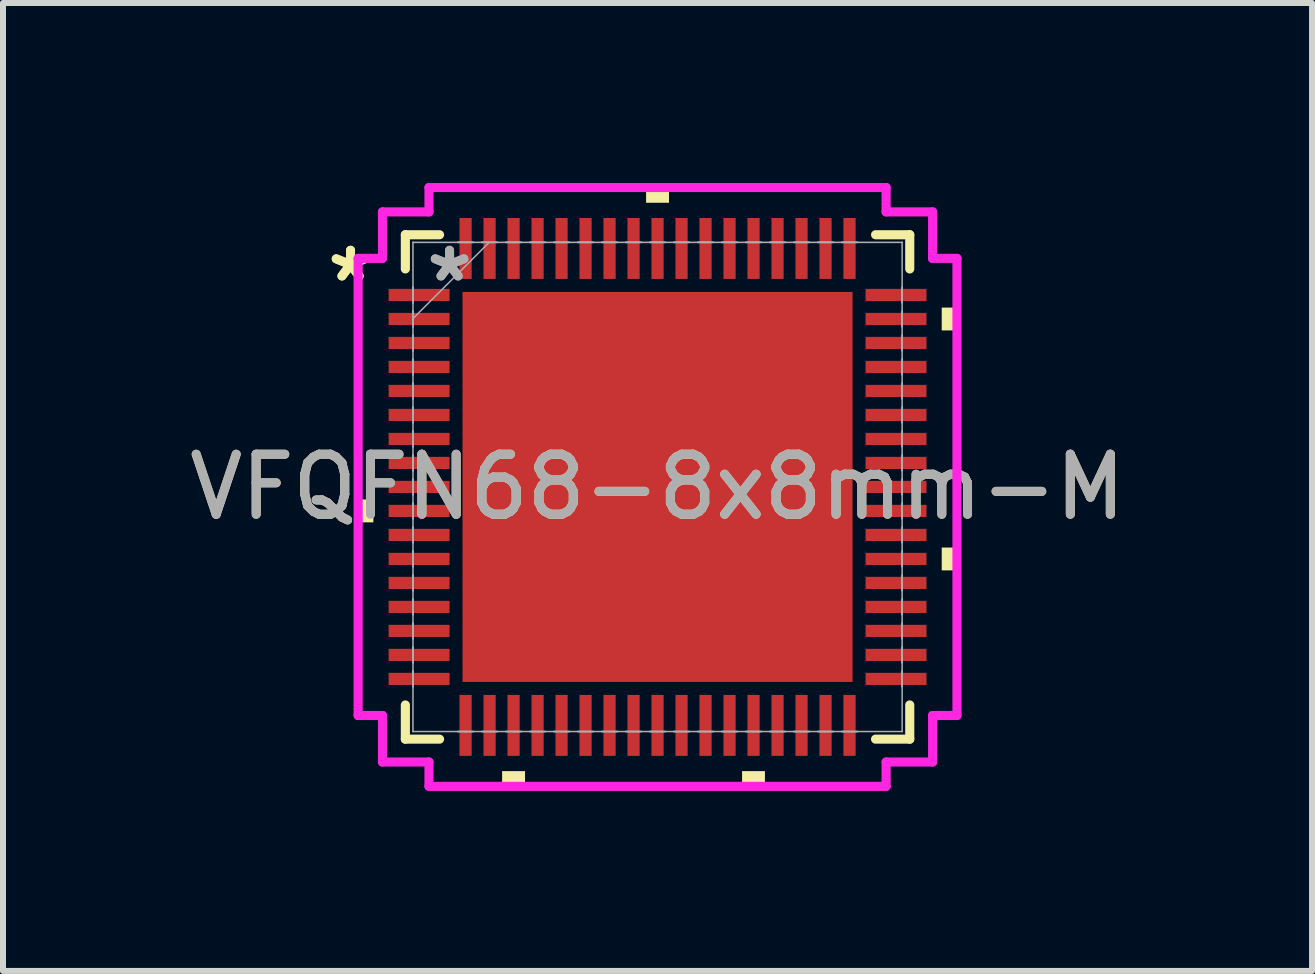
<source format=kicad_pcb>
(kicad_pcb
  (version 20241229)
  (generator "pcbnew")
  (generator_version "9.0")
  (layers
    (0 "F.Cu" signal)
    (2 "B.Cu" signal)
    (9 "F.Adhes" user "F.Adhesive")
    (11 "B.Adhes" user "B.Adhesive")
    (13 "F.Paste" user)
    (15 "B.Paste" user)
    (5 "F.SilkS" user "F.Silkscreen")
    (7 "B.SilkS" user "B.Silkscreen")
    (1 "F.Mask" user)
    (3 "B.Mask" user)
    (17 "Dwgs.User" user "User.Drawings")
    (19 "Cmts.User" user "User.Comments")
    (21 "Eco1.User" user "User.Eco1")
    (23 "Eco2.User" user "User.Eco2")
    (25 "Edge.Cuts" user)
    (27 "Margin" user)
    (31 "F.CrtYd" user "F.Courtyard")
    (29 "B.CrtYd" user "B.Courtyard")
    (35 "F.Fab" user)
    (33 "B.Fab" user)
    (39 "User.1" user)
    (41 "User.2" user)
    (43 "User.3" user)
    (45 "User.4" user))
  (footprint "VFQFN68-8x8mm-M"
    (layer "F.Cu")
    (at 7.911 5.067)
    (property "Reference" "VFQFN68-8x8mm-M" (at 0 0 0) (unlocked yes) (layer "F.SilkS") (effects (font (size 1 1) (thickness 0.15))))
    (attr smd)
    (fp_line (start -4.204 -4.204) (end -4.204 -3.634) (stroke (width 0.152) (type solid)) (layer "F.SilkS"))
    (fp_line (start -4.204 3.634) (end -4.204 4.204) (stroke (width 0.152) (type solid)) (layer "F.SilkS"))
    (fp_line (start -4.204 4.204) (end -3.634 4.204) (stroke (width 0.152) (type solid)) (layer "F.SilkS"))
    (fp_line (start -3.634 -4.204) (end -4.204 -4.204) (stroke (width 0.152) (type solid)) (layer "F.SilkS"))
    (fp_line (start 3.634 4.204) (end 4.204 4.204) (stroke (width 0.152) (type solid)) (layer "F.SilkS"))
    (fp_line (start 4.204 -4.204) (end 3.634 -4.204) (stroke (width 0.152) (type solid)) (layer "F.SilkS"))
    (fp_line (start 4.204 -3.634) (end 4.204 -4.204) (stroke (width 0.152) (type solid)) (layer "F.SilkS"))
    (fp_line (start 4.204 4.204) (end 4.204 3.634) (stroke (width 0.152) (type solid)) (layer "F.SilkS"))
    (fp_poly (pts (xy -4.991 0.209) (xy -4.991 0.59) (xy -4.737 0.59) (xy -4.737 0.209)) (stroke (width 0) (type solid)) (fill yes) (layer "F.SilkS"))
    (fp_poly (pts (xy -2.591 4.737) (xy -2.591 4.991) (xy -2.209 4.991) (xy -2.209 4.737)) (stroke (width 0) (type solid)) (fill yes) (layer "F.SilkS"))
    (fp_poly (pts (xy -0.191 -4.737) (xy -0.191 -4.991) (xy 0.191 -4.991) (xy 0.191 -4.737)) (stroke (width 0) (type solid)) (fill yes) (layer "F.SilkS"))
    (fp_poly (pts (xy 1.409 4.737) (xy 1.409 4.991) (xy 1.79 4.991) (xy 1.79 4.737)) (stroke (width 0) (type solid)) (fill yes) (layer "F.SilkS"))
    (fp_poly (pts (xy 4.991 -2.99) (xy 4.991 -2.609) (xy 4.737 -2.609) (xy 4.737 -2.99)) (stroke (width 0) (type solid)) (fill yes) (layer "F.SilkS"))
    (fp_poly (pts (xy 4.991 1.01) (xy 4.991 1.391) (xy 4.737 1.391) (xy 4.737 1.01)) (stroke (width 0) (type solid)) (fill yes) (layer "F.SilkS"))
    (fp_poly (pts (xy -3.151 -3.151) (xy -3.151 -2.051) (xy -2.051 -2.051) (xy -2.051 -3.151)) (stroke (width 0) (type solid)) (fill yes) (layer "F.Paste"))
    (fp_poly (pts (xy -3.151 -1.851) (xy -3.151 -0.75) (xy -2.051 -0.75) (xy -2.051 -1.851)) (stroke (width 0) (type solid)) (fill yes) (layer "F.Paste"))
    (fp_poly (pts (xy -3.151 -0.55) (xy -3.151 0.55) (xy -2.051 0.55) (xy -2.051 -0.55)) (stroke (width 0) (type solid)) (fill yes) (layer "F.Paste"))
    (fp_poly (pts (xy -3.151 0.75) (xy -3.151 1.851) (xy -2.051 1.851) (xy -2.051 0.75)) (stroke (width 0) (type solid)) (fill yes) (layer "F.Paste"))
    (fp_poly (pts (xy -3.151 2.051) (xy -3.151 3.151) (xy -2.051 3.151) (xy -2.051 2.051)) (stroke (width 0) (type solid)) (fill yes) (layer "F.Paste"))
    (fp_poly (pts (xy -1.851 -3.151) (xy -1.851 -2.051) (xy -0.75 -2.051) (xy -0.75 -3.151)) (stroke (width 0) (type solid)) (fill yes) (layer "F.Paste"))
    (fp_poly (pts (xy -1.851 -1.851) (xy -1.851 -0.75) (xy -0.75 -0.75) (xy -0.75 -1.851)) (stroke (width 0) (type solid)) (fill yes) (layer "F.Paste"))
    (fp_poly (pts (xy -1.851 -0.55) (xy -1.851 0.55) (xy -0.75 0.55) (xy -0.75 -0.55)) (stroke (width 0) (type solid)) (fill yes) (layer "F.Paste"))
    (fp_poly (pts (xy -1.851 0.75) (xy -1.851 1.851) (xy -0.75 1.851) (xy -0.75 0.75)) (stroke (width 0) (type solid)) (fill yes) (layer "F.Paste"))
    (fp_poly (pts (xy -1.851 2.051) (xy -1.851 3.151) (xy -0.75 3.151) (xy -0.75 2.051)) (stroke (width 0) (type solid)) (fill yes) (layer "F.Paste"))
    (fp_poly (pts (xy -0.55 -3.151) (xy -0.55 -2.051) (xy 0.55 -2.051) (xy 0.55 -3.151)) (stroke (width 0) (type solid)) (fill yes) (layer "F.Paste"))
    (fp_poly (pts (xy -0.55 -1.851) (xy -0.55 -0.75) (xy 0.55 -0.75) (xy 0.55 -1.851)) (stroke (width 0) (type solid)) (fill yes) (layer "F.Paste"))
    (fp_poly (pts (xy -0.55 -0.55) (xy -0.55 0.55) (xy 0.55 0.55) (xy 0.55 -0.55)) (stroke (width 0) (type solid)) (fill yes) (layer "F.Paste"))
    (fp_poly (pts (xy -0.55 0.75) (xy -0.55 1.851) (xy 0.55 1.851) (xy 0.55 0.75)) (stroke (width 0) (type solid)) (fill yes) (layer "F.Paste"))
    (fp_poly (pts (xy -0.55 2.051) (xy -0.55 3.151) (xy 0.55 3.151) (xy 0.55 2.051)) (stroke (width 0) (type solid)) (fill yes) (layer "F.Paste"))
    (fp_poly (pts (xy 0.75 -3.151) (xy 0.75 -2.051) (xy 1.851 -2.051) (xy 1.851 -3.151)) (stroke (width 0) (type solid)) (fill yes) (layer "F.Paste"))
    (fp_poly (pts (xy 0.75 -1.851) (xy 0.75 -0.75) (xy 1.851 -0.75) (xy 1.851 -1.851)) (stroke (width 0) (type solid)) (fill yes) (layer "F.Paste"))
    (fp_poly (pts (xy 0.75 -0.55) (xy 0.75 0.55) (xy 1.851 0.55) (xy 1.851 -0.55)) (stroke (width 0) (type solid)) (fill yes) (layer "F.Paste"))
    (fp_poly (pts (xy 0.75 0.75) (xy 0.75 1.851) (xy 1.851 1.851) (xy 1.851 0.75)) (stroke (width 0) (type solid)) (fill yes) (layer "F.Paste"))
    (fp_poly (pts (xy 0.75 2.051) (xy 0.75 3.151) (xy 1.851 3.151) (xy 1.851 2.051)) (stroke (width 0) (type solid)) (fill yes) (layer "F.Paste"))
    (fp_poly (pts (xy 2.051 -3.151) (xy 2.051 -2.051) (xy 3.151 -2.051) (xy 3.151 -3.151)) (stroke (width 0) (type solid)) (fill yes) (layer "F.Paste"))
    (fp_poly (pts (xy 2.051 -1.851) (xy 2.051 -0.75) (xy 3.151 -0.75) (xy 3.151 -1.851)) (stroke (width 0) (type solid)) (fill yes) (layer "F.Paste"))
    (fp_poly (pts (xy 2.051 -0.55) (xy 2.051 0.55) (xy 3.151 0.55) (xy 3.151 -0.55)) (stroke (width 0) (type solid)) (fill yes) (layer "F.Paste"))
    (fp_poly (pts (xy 2.051 0.75) (xy 2.051 1.851) (xy 3.151 1.851) (xy 3.151 0.75)) (stroke (width 0) (type solid)) (fill yes) (layer "F.Paste"))
    (fp_poly (pts (xy 2.051 2.051) (xy 2.051 3.151) (xy 3.151 3.151) (xy 3.151 2.051)) (stroke (width 0) (type solid)) (fill yes) (layer "F.Paste"))
    (fp_line (start -4.991 -3.81) (end -4.585 -3.81) (stroke (width 0.152) (type solid)) (layer "F.CrtYd"))
    (fp_line (start -4.991 3.81) (end -4.991 -3.81) (stroke (width 0.152) (type solid)) (layer "F.CrtYd"))
    (fp_line (start -4.585 -4.585) (end -3.81 -4.585) (stroke (width 0.152) (type solid)) (layer "F.CrtYd"))
    (fp_line (start -4.585 -3.81) (end -4.585 -4.585) (stroke (width 0.152) (type solid)) (layer "F.CrtYd"))
    (fp_line (start -4.585 3.81) (end -4.991 3.81) (stroke (width 0.152) (type solid)) (layer "F.CrtYd"))
    (fp_line (start -4.585 4.585) (end -4.585 3.81) (stroke (width 0.152) (type solid)) (layer "F.CrtYd"))
    (fp_line (start -3.81 -4.991) (end 3.81 -4.991) (stroke (width 0.152) (type solid)) (layer "F.CrtYd"))
    (fp_line (start -3.81 -4.585) (end -3.81 -4.991) (stroke (width 0.152) (type solid)) (layer "F.CrtYd"))
    (fp_line (start -3.81 4.585) (end -4.585 4.585) (stroke (width 0.152) (type solid)) (layer "F.CrtYd"))
    (fp_line (start -3.81 4.991) (end -3.81 4.585) (stroke (width 0.152) (type solid)) (layer "F.CrtYd"))
    (fp_line (start 3.81 -4.991) (end 3.81 -4.585) (stroke (width 0.152) (type solid)) (layer "F.CrtYd"))
    (fp_line (start 3.81 -4.585) (end 4.585 -4.585) (stroke (width 0.152) (type solid)) (layer "F.CrtYd"))
    (fp_line (start 3.81 4.585) (end 3.81 4.991) (stroke (width 0.152) (type solid)) (layer "F.CrtYd"))
    (fp_line (start 3.81 4.991) (end -3.81 4.991) (stroke (width 0.152) (type solid)) (layer "F.CrtYd"))
    (fp_line (start 4.585 -4.585) (end 4.585 -3.81) (stroke (width 0.152) (type solid)) (layer "F.CrtYd"))
    (fp_line (start 4.585 -3.81) (end 4.991 -3.81) (stroke (width 0.152) (type solid)) (layer "F.CrtYd"))
    (fp_line (start 4.585 3.81) (end 4.585 4.585) (stroke (width 0.152) (type solid)) (layer "F.CrtYd"))
    (fp_line (start 4.585 4.585) (end 3.81 4.585) (stroke (width 0.152) (type solid)) (layer "F.CrtYd"))
    (fp_line (start 4.991 -3.81) (end 4.991 3.81) (stroke (width 0.152) (type solid)) (layer "F.CrtYd"))
    (fp_line (start 4.991 3.81) (end 4.585 3.81) (stroke (width 0.152) (type solid)) (layer "F.CrtYd"))
    (fp_line (start -4.077 -4.077) (end -4.077 -4.077) (stroke (width 0.025) (type solid)) (layer "F.Fab"))
    (fp_line (start -4.077 -4.077) (end -4.077 4.077) (stroke (width 0.025) (type solid)) (layer "F.Fab"))
    (fp_line (start -4.077 -3.327) (end -4.077 -3.327) (stroke (width 0.025) (type solid)) (layer "F.Fab"))
    (fp_line (start -4.077 -3.327) (end -4.077 -3.073) (stroke (width 0.025) (type solid)) (layer "F.Fab"))
    (fp_line (start -4.077 -3.073) (end -4.077 -3.327) (stroke (width 0.025) (type solid)) (layer "F.Fab"))
    (fp_line (start -4.077 -3.073) (end -4.077 -3.073) (stroke (width 0.025) (type solid)) (layer "F.Fab"))
    (fp_line (start -4.077 -2.927) (end -4.077 -2.927) (stroke (width 0.025) (type solid)) (layer "F.Fab"))
    (fp_line (start -4.077 -2.927) (end -4.077 -2.673) (stroke (width 0.025) (type solid)) (layer "F.Fab"))
    (fp_line (start -4.077 -2.807) (end -2.807 -4.077) (stroke (width 0.025) (type solid)) (layer "F.Fab"))
    (fp_line (start -4.077 -2.673) (end -4.077 -2.927) (stroke (width 0.025) (type solid)) (layer "F.Fab"))
    (fp_line (start -4.077 -2.673) (end -4.077 -2.673) (stroke (width 0.025) (type solid)) (layer "F.Fab"))
    (fp_line (start -4.077 -2.527) (end -4.077 -2.527) (stroke (width 0.025) (type solid)) (layer "F.Fab"))
    (fp_line (start -4.077 -2.527) (end -4.077 -2.273) (stroke (width 0.025) (type solid)) (layer "F.Fab"))
    (fp_line (start -4.077 -2.273) (end -4.077 -2.527) (stroke (width 0.025) (type solid)) (layer "F.Fab"))
    (fp_line (start -4.077 -2.273) (end -4.077 -2.273) (stroke (width 0.025) (type solid)) (layer "F.Fab"))
    (fp_line (start -4.077 -2.127) (end -4.077 -2.127) (stroke (width 0.025) (type solid)) (layer "F.Fab"))
    (fp_line (start -4.077 -2.127) (end -4.077 -1.873) (stroke (width 0.025) (type solid)) (layer "F.Fab"))
    (fp_line (start -4.077 -1.873) (end -4.077 -2.127) (stroke (width 0.025) (type solid)) (layer "F.Fab"))
    (fp_line (start -4.077 -1.873) (end -4.077 -1.873) (stroke (width 0.025) (type solid)) (layer "F.Fab"))
    (fp_line (start -4.077 -1.727) (end -4.077 -1.727) (stroke (width 0.025) (type solid)) (layer "F.Fab"))
    (fp_line (start -4.077 -1.727) (end -4.077 -1.473) (stroke (width 0.025) (type solid)) (layer "F.Fab"))
    (fp_line (start -4.077 -1.473) (end -4.077 -1.727) (stroke (width 0.025) (type solid)) (layer "F.Fab"))
    (fp_line (start -4.077 -1.473) (end -4.077 -1.473) (stroke (width 0.025) (type solid)) (layer "F.Fab"))
    (fp_line (start -4.077 -1.327) (end -4.077 -1.327) (stroke (width 0.025) (type solid)) (layer "F.Fab"))
    (fp_line (start -4.077 -1.327) (end -4.077 -1.073) (stroke (width 0.025) (type solid)) (layer "F.Fab"))
    (fp_line (start -4.077 -1.073) (end -4.077 -1.327) (stroke (width 0.025) (type solid)) (layer "F.Fab"))
    (fp_line (start -4.077 -1.073) (end -4.077 -1.073) (stroke (width 0.025) (type solid)) (layer "F.Fab"))
    (fp_line (start -4.077 -0.927) (end -4.077 -0.927) (stroke (width 0.025) (type solid)) (layer "F.Fab"))
    (fp_line (start -4.077 -0.927) (end -4.077 -0.673) (stroke (width 0.025) (type solid)) (layer "F.Fab"))
    (fp_line (start -4.077 -0.673) (end -4.077 -0.927) (stroke (width 0.025) (type solid)) (layer "F.Fab"))
    (fp_line (start -4.077 -0.673) (end -4.077 -0.673) (stroke (width 0.025) (type solid)) (layer "F.Fab"))
    (fp_line (start -4.077 -0.527) (end -4.077 -0.527) (stroke (width 0.025) (type solid)) (layer "F.Fab"))
    (fp_line (start -4.077 -0.527) (end -4.077 -0.273) (stroke (width 0.025) (type solid)) (layer "F.Fab"))
    (fp_line (start -4.077 -0.273) (end -4.077 -0.527) (stroke (width 0.025) (type solid)) (layer "F.Fab"))
    (fp_line (start -4.077 -0.273) (end -4.077 -0.273) (stroke (width 0.025) (type solid)) (layer "F.Fab"))
    (fp_line (start -4.077 -0.127) (end -4.077 -0.127) (stroke (width 0.025) (type solid)) (layer "F.Fab"))
    (fp_line (start -4.077 -0.127) (end -4.077 0.127) (stroke (width 0.025) (type solid)) (layer "F.Fab"))
    (fp_line (start -4.077 0.127) (end -4.077 -0.127) (stroke (width 0.025) (type solid)) (layer "F.Fab"))
    (fp_line (start -4.077 0.127) (end -4.077 0.127) (stroke (width 0.025) (type solid)) (layer "F.Fab"))
    (fp_line (start -4.077 0.273) (end -4.077 0.273) (stroke (width 0.025) (type solid)) (layer "F.Fab"))
    (fp_line (start -4.077 0.273) (end -4.077 0.527) (stroke (width 0.025) (type solid)) (layer "F.Fab"))
    (fp_line (start -4.077 0.527) (end -4.077 0.273) (stroke (width 0.025) (type solid)) (layer "F.Fab"))
    (fp_line (start -4.077 0.527) (end -4.077 0.527) (stroke (width 0.025) (type solid)) (layer "F.Fab"))
    (fp_line (start -4.077 0.673) (end -4.077 0.673) (stroke (width 0.025) (type solid)) (layer "F.Fab"))
    (fp_line (start -4.077 0.673) (end -4.077 0.927) (stroke (width 0.025) (type solid)) (layer "F.Fab"))
    (fp_line (start -4.077 0.927) (end -4.077 0.673) (stroke (width 0.025) (type solid)) (layer "F.Fab"))
    (fp_line (start -4.077 0.927) (end -4.077 0.927) (stroke (width 0.025) (type solid)) (layer "F.Fab"))
    (fp_line (start -4.077 1.073) (end -4.077 1.073) (stroke (width 0.025) (type solid)) (layer "F.Fab"))
    (fp_line (start -4.077 1.073) (end -4.077 1.327) (stroke (width 0.025) (type solid)) (layer "F.Fab"))
    (fp_line (start -4.077 1.327) (end -4.077 1.073) (stroke (width 0.025) (type solid)) (layer "F.Fab"))
    (fp_line (start -4.077 1.327) (end -4.077 1.327) (stroke (width 0.025) (type solid)) (layer "F.Fab"))
    (fp_line (start -4.077 1.473) (end -4.077 1.473) (stroke (width 0.025) (type solid)) (layer "F.Fab"))
    (fp_line (start -4.077 1.473) (end -4.077 1.727) (stroke (width 0.025) (type solid)) (layer "F.Fab"))
    (fp_line (start -4.077 1.727) (end -4.077 1.473) (stroke (width 0.025) (type solid)) (layer "F.Fab"))
    (fp_line (start -4.077 1.727) (end -4.077 1.727) (stroke (width 0.025) (type solid)) (layer "F.Fab"))
    (fp_line (start -4.077 1.873) (end -4.077 1.873) (stroke (width 0.025) (type solid)) (layer "F.Fab"))
    (fp_line (start -4.077 1.873) (end -4.077 2.127) (stroke (width 0.025) (type solid)) (layer "F.Fab"))
    (fp_line (start -4.077 2.127) (end -4.077 1.873) (stroke (width 0.025) (type solid)) (layer "F.Fab"))
    (fp_line (start -4.077 2.127) (end -4.077 2.127) (stroke (width 0.025) (type solid)) (layer "F.Fab"))
    (fp_line (start -4.077 2.273) (end -4.077 2.273) (stroke (width 0.025) (type solid)) (layer "F.Fab"))
    (fp_line (start -4.077 2.273) (end -4.077 2.527) (stroke (width 0.025) (type solid)) (layer "F.Fab"))
    (fp_line (start -4.077 2.527) (end -4.077 2.273) (stroke (width 0.025) (type solid)) (layer "F.Fab"))
    (fp_line (start -4.077 2.527) (end -4.077 2.527) (stroke (width 0.025) (type solid)) (layer "F.Fab"))
    (fp_line (start -4.077 2.673) (end -4.077 2.673) (stroke (width 0.025) (type solid)) (layer "F.Fab"))
    (fp_line (start -4.077 2.673) (end -4.077 2.927) (stroke (width 0.025) (type solid)) (layer "F.Fab"))
    (fp_line (start -4.077 2.927) (end -4.077 2.673) (stroke (width 0.025) (type solid)) (layer "F.Fab"))
    (fp_line (start -4.077 2.927) (end -4.077 2.927) (stroke (width 0.025) (type solid)) (layer "F.Fab"))
    (fp_line (start -4.077 3.073) (end -4.077 3.073) (stroke (width 0.025) (type solid)) (layer "F.Fab"))
    (fp_line (start -4.077 3.073) (end -4.077 3.327) (stroke (width 0.025) (type solid)) (layer "F.Fab"))
    (fp_line (start -4.077 3.327) (end -4.077 3.073) (stroke (width 0.025) (type solid)) (layer "F.Fab"))
    (fp_line (start -4.077 3.327) (end -4.077 3.327) (stroke (width 0.025) (type solid)) (layer "F.Fab"))
    (fp_line (start -4.077 4.077) (end -4.077 4.077) (stroke (width 0.025) (type solid)) (layer "F.Fab"))
    (fp_line (start -4.077 4.077) (end 4.077 4.077) (stroke (width 0.025) (type solid)) (layer "F.Fab"))
    (fp_line (start -3.327 -4.077) (end -3.327 -4.077) (stroke (width 0.025) (type solid)) (layer "F.Fab"))
    (fp_line (start -3.327 -4.077) (end -3.073 -4.077) (stroke (width 0.025) (type solid)) (layer "F.Fab"))
    (fp_line (start -3.327 4.077) (end -3.327 4.077) (stroke (width 0.025) (type solid)) (layer "F.Fab"))
    (fp_line (start -3.327 4.077) (end -3.073 4.077) (stroke (width 0.025) (type solid)) (layer "F.Fab"))
    (fp_line (start -3.073 -4.077) (end -3.327 -4.077) (stroke (width 0.025) (type solid)) (layer "F.Fab"))
    (fp_line (start -3.073 -4.077) (end -3.073 -4.077) (stroke (width 0.025) (type solid)) (layer "F.Fab"))
    (fp_line (start -3.073 4.077) (end -3.327 4.077) (stroke (width 0.025) (type solid)) (layer "F.Fab"))
    (fp_line (start -3.073 4.077) (end -3.073 4.077) (stroke (width 0.025) (type solid)) (layer "F.Fab"))
    (fp_line (start -2.927 -4.077) (end -2.927 -4.077) (stroke (width 0.025) (type solid)) (layer "F.Fab"))
    (fp_line (start -2.927 -4.077) (end -2.673 -4.077) (stroke (width 0.025) (type solid)) (layer "F.Fab"))
    (fp_line (start -2.927 4.077) (end -2.927 4.077) (stroke (width 0.025) (type solid)) (layer "F.Fab"))
    (fp_line (start -2.927 4.077) (end -2.673 4.077) (stroke (width 0.025) (type solid)) (layer "F.Fab"))
    (fp_line (start -2.673 -4.077) (end -2.927 -4.077) (stroke (width 0.025) (type solid)) (layer "F.Fab"))
    (fp_line (start -2.673 -4.077) (end -2.673 -4.077) (stroke (width 0.025) (type solid)) (layer "F.Fab"))
    (fp_line (start -2.673 4.077) (end -2.927 4.077) (stroke (width 0.025) (type solid)) (layer "F.Fab"))
    (fp_line (start -2.673 4.077) (end -2.673 4.077) (stroke (width 0.025) (type solid)) (layer "F.Fab"))
    (fp_line (start -2.527 -4.077) (end -2.527 -4.077) (stroke (width 0.025) (type solid)) (layer "F.Fab"))
    (fp_line (start -2.527 -4.077) (end -2.273 -4.077) (stroke (width 0.025) (type solid)) (layer "F.Fab"))
    (fp_line (start -2.527 4.077) (end -2.527 4.077) (stroke (width 0.025) (type solid)) (layer "F.Fab"))
    (fp_line (start -2.527 4.077) (end -2.273 4.077) (stroke (width 0.025) (type solid)) (layer "F.Fab"))
    (fp_line (start -2.273 -4.077) (end -2.527 -4.077) (stroke (width 0.025) (type solid)) (layer "F.Fab"))
    (fp_line (start -2.273 -4.077) (end -2.273 -4.077) (stroke (width 0.025) (type solid)) (layer "F.Fab"))
    (fp_line (start -2.273 4.077) (end -2.527 4.077) (stroke (width 0.025) (type solid)) (layer "F.Fab"))
    (fp_line (start -2.273 4.077) (end -2.273 4.077) (stroke (width 0.025) (type solid)) (layer "F.Fab"))
    (fp_line (start -2.127 -4.077) (end -2.127 -4.077) (stroke (width 0.025) (type solid)) (layer "F.Fab"))
    (fp_line (start -2.127 -4.077) (end -1.873 -4.077) (stroke (width 0.025) (type solid)) (layer "F.Fab"))
    (fp_line (start -2.127 4.077) (end -2.127 4.077) (stroke (width 0.025) (type solid)) (layer "F.Fab"))
    (fp_line (start -2.127 4.077) (end -1.873 4.077) (stroke (width 0.025) (type solid)) (layer "F.Fab"))
    (fp_line (start -1.873 -4.077) (end -2.127 -4.077) (stroke (width 0.025) (type solid)) (layer "F.Fab"))
    (fp_line (start -1.873 -4.077) (end -1.873 -4.077) (stroke (width 0.025) (type solid)) (layer "F.Fab"))
    (fp_line (start -1.873 4.077) (end -2.127 4.077) (stroke (width 0.025) (type solid)) (layer "F.Fab"))
    (fp_line (start -1.873 4.077) (end -1.873 4.077) (stroke (width 0.025) (type solid)) (layer "F.Fab"))
    (fp_line (start -1.727 -4.077) (end -1.727 -4.077) (stroke (width 0.025) (type solid)) (layer "F.Fab"))
    (fp_line (start -1.727 -4.077) (end -1.473 -4.077) (stroke (width 0.025) (type solid)) (layer "F.Fab"))
    (fp_line (start -1.727 4.077) (end -1.727 4.077) (stroke (width 0.025) (type solid)) (layer "F.Fab"))
    (fp_line (start -1.727 4.077) (end -1.473 4.077) (stroke (width 0.025) (type solid)) (layer "F.Fab"))
    (fp_line (start -1.473 -4.077) (end -1.727 -4.077) (stroke (width 0.025) (type solid)) (layer "F.Fab"))
    (fp_line (start -1.473 -4.077) (end -1.473 -4.077) (stroke (width 0.025) (type solid)) (layer "F.Fab"))
    (fp_line (start -1.473 4.077) (end -1.727 4.077) (stroke (width 0.025) (type solid)) (layer "F.Fab"))
    (fp_line (start -1.473 4.077) (end -1.473 4.077) (stroke (width 0.025) (type solid)) (layer "F.Fab"))
    (fp_line (start -1.327 -4.077) (end -1.327 -4.077) (stroke (width 0.025) (type solid)) (layer "F.Fab"))
    (fp_line (start -1.327 -4.077) (end -1.073 -4.077) (stroke (width 0.025) (type solid)) (layer "F.Fab"))
    (fp_line (start -1.327 4.077) (end -1.327 4.077) (stroke (width 0.025) (type solid)) (layer "F.Fab"))
    (fp_line (start -1.327 4.077) (end -1.073 4.077) (stroke (width 0.025) (type solid)) (layer "F.Fab"))
    (fp_line (start -1.073 -4.077) (end -1.327 -4.077) (stroke (width 0.025) (type solid)) (layer "F.Fab"))
    (fp_line (start -1.073 -4.077) (end -1.073 -4.077) (stroke (width 0.025) (type solid)) (layer "F.Fab"))
    (fp_line (start -1.073 4.077) (end -1.327 4.077) (stroke (width 0.025) (type solid)) (layer "F.Fab"))
    (fp_line (start -1.073 4.077) (end -1.073 4.077) (stroke (width 0.025) (type solid)) (layer "F.Fab"))
    (fp_line (start -0.927 -4.077) (end -0.927 -4.077) (stroke (width 0.025) (type solid)) (layer "F.Fab"))
    (fp_line (start -0.927 -4.077) (end -0.673 -4.077) (stroke (width 0.025) (type solid)) (layer "F.Fab"))
    (fp_line (start -0.927 4.077) (end -0.927 4.077) (stroke (width 0.025) (type solid)) (layer "F.Fab"))
    (fp_line (start -0.927 4.077) (end -0.673 4.077) (stroke (width 0.025) (type solid)) (layer "F.Fab"))
    (fp_line (start -0.673 -4.077) (end -0.927 -4.077) (stroke (width 0.025) (type solid)) (layer "F.Fab"))
    (fp_line (start -0.673 -4.077) (end -0.673 -4.077) (stroke (width 0.025) (type solid)) (layer "F.Fab"))
    (fp_line (start -0.673 4.077) (end -0.927 4.077) (stroke (width 0.025) (type solid)) (layer "F.Fab"))
    (fp_line (start -0.673 4.077) (end -0.673 4.077) (stroke (width 0.025) (type solid)) (layer "F.Fab"))
    (fp_line (start -0.527 -4.077) (end -0.527 -4.077) (stroke (width 0.025) (type solid)) (layer "F.Fab"))
    (fp_line (start -0.527 -4.077) (end -0.273 -4.077) (stroke (width 0.025) (type solid)) (layer "F.Fab"))
    (fp_line (start -0.527 4.077) (end -0.527 4.077) (stroke (width 0.025) (type solid)) (layer "F.Fab"))
    (fp_line (start -0.527 4.077) (end -0.273 4.077) (stroke (width 0.025) (type solid)) (layer "F.Fab"))
    (fp_line (start -0.273 -4.077) (end -0.527 -4.077) (stroke (width 0.025) (type solid)) (layer "F.Fab"))
    (fp_line (start -0.273 -4.077) (end -0.273 -4.077) (stroke (width 0.025) (type solid)) (layer "F.Fab"))
    (fp_line (start -0.273 4.077) (end -0.527 4.077) (stroke (width 0.025) (type solid)) (layer "F.Fab"))
    (fp_line (start -0.273 4.077) (end -0.273 4.077) (stroke (width 0.025) (type solid)) (layer "F.Fab"))
    (fp_line (start -0.127 -4.077) (end -0.127 -4.077) (stroke (width 0.025) (type solid)) (layer "F.Fab"))
    (fp_line (start -0.127 -4.077) (end 0.127 -4.077) (stroke (width 0.025) (type solid)) (layer "F.Fab"))
    (fp_line (start -0.127 4.077) (end -0.127 4.077) (stroke (width 0.025) (type solid)) (layer "F.Fab"))
    (fp_line (start -0.127 4.077) (end 0.127 4.077) (stroke (width 0.025) (type solid)) (layer "F.Fab"))
    (fp_line (start 0.127 -4.077) (end -0.127 -4.077) (stroke (width 0.025) (type solid)) (layer "F.Fab"))
    (fp_line (start 0.127 -4.077) (end 0.127 -4.077) (stroke (width 0.025) (type solid)) (layer "F.Fab"))
    (fp_line (start 0.127 4.077) (end -0.127 4.077) (stroke (width 0.025) (type solid)) (layer "F.Fab"))
    (fp_line (start 0.127 4.077) (end 0.127 4.077) (stroke (width 0.025) (type solid)) (layer "F.Fab"))
    (fp_line (start 0.273 -4.077) (end 0.273 -4.077) (stroke (width 0.025) (type solid)) (layer "F.Fab"))
    (fp_line (start 0.273 -4.077) (end 0.527 -4.077) (stroke (width 0.025) (type solid)) (layer "F.Fab"))
    (fp_line (start 0.273 4.077) (end 0.273 4.077) (stroke (width 0.025) (type solid)) (layer "F.Fab"))
    (fp_line (start 0.273 4.077) (end 0.527 4.077) (stroke (width 0.025) (type solid)) (layer "F.Fab"))
    (fp_line (start 0.527 -4.077) (end 0.273 -4.077) (stroke (width 0.025) (type solid)) (layer "F.Fab"))
    (fp_line (start 0.527 -4.077) (end 0.527 -4.077) (stroke (width 0.025) (type solid)) (layer "F.Fab"))
    (fp_line (start 0.527 4.077) (end 0.273 4.077) (stroke (width 0.025) (type solid)) (layer "F.Fab"))
    (fp_line (start 0.527 4.077) (end 0.527 4.077) (stroke (width 0.025) (type solid)) (layer "F.Fab"))
    (fp_line (start 0.673 -4.077) (end 0.673 -4.077) (stroke (width 0.025) (type solid)) (layer "F.Fab"))
    (fp_line (start 0.673 -4.077) (end 0.927 -4.077) (stroke (width 0.025) (type solid)) (layer "F.Fab"))
    (fp_line (start 0.673 4.077) (end 0.673 4.077) (stroke (width 0.025) (type solid)) (layer "F.Fab"))
    (fp_line (start 0.673 4.077) (end 0.927 4.077) (stroke (width 0.025) (type solid)) (layer "F.Fab"))
    (fp_line (start 0.927 -4.077) (end 0.673 -4.077) (stroke (width 0.025) (type solid)) (layer "F.Fab"))
    (fp_line (start 0.927 -4.077) (end 0.927 -4.077) (stroke (width 0.025) (type solid)) (layer "F.Fab"))
    (fp_line (start 0.927 4.077) (end 0.673 4.077) (stroke (width 0.025) (type solid)) (layer "F.Fab"))
    (fp_line (start 0.927 4.077) (end 0.927 4.077) (stroke (width 0.025) (type solid)) (layer "F.Fab"))
    (fp_line (start 1.073 -4.077) (end 1.073 -4.077) (stroke (width 0.025) (type solid)) (layer "F.Fab"))
    (fp_line (start 1.073 -4.077) (end 1.327 -4.077) (stroke (width 0.025) (type solid)) (layer "F.Fab"))
    (fp_line (start 1.073 4.077) (end 1.073 4.077) (stroke (width 0.025) (type solid)) (layer "F.Fab"))
    (fp_line (start 1.073 4.077) (end 1.327 4.077) (stroke (width 0.025) (type solid)) (layer "F.Fab"))
    (fp_line (start 1.327 -4.077) (end 1.073 -4.077) (stroke (width 0.025) (type solid)) (layer "F.Fab"))
    (fp_line (start 1.327 -4.077) (end 1.327 -4.077) (stroke (width 0.025) (type solid)) (layer "F.Fab"))
    (fp_line (start 1.327 4.077) (end 1.073 4.077) (stroke (width 0.025) (type solid)) (layer "F.Fab"))
    (fp_line (start 1.327 4.077) (end 1.327 4.077) (stroke (width 0.025) (type solid)) (layer "F.Fab"))
    (fp_line (start 1.473 -4.077) (end 1.473 -4.077) (stroke (width 0.025) (type solid)) (layer "F.Fab"))
    (fp_line (start 1.473 -4.077) (end 1.727 -4.077) (stroke (width 0.025) (type solid)) (layer "F.Fab"))
    (fp_line (start 1.473 4.077) (end 1.473 4.077) (stroke (width 0.025) (type solid)) (layer "F.Fab"))
    (fp_line (start 1.473 4.077) (end 1.727 4.077) (stroke (width 0.025) (type solid)) (layer "F.Fab"))
    (fp_line (start 1.727 -4.077) (end 1.473 -4.077) (stroke (width 0.025) (type solid)) (layer "F.Fab"))
    (fp_line (start 1.727 -4.077) (end 1.727 -4.077) (stroke (width 0.025) (type solid)) (layer "F.Fab"))
    (fp_line (start 1.727 4.077) (end 1.473 4.077) (stroke (width 0.025) (type solid)) (layer "F.Fab"))
    (fp_line (start 1.727 4.077) (end 1.727 4.077) (stroke (width 0.025) (type solid)) (layer "F.Fab"))
    (fp_line (start 1.873 -4.077) (end 1.873 -4.077) (stroke (width 0.025) (type solid)) (layer "F.Fab"))
    (fp_line (start 1.873 -4.077) (end 2.127 -4.077) (stroke (width 0.025) (type solid)) (layer "F.Fab"))
    (fp_line (start 1.873 4.077) (end 1.873 4.077) (stroke (width 0.025) (type solid)) (layer "F.Fab"))
    (fp_line (start 1.873 4.077) (end 2.127 4.077) (stroke (width 0.025) (type solid)) (layer "F.Fab"))
    (fp_line (start 2.127 -4.077) (end 1.873 -4.077) (stroke (width 0.025) (type solid)) (layer "F.Fab"))
    (fp_line (start 2.127 -4.077) (end 2.127 -4.077) (stroke (width 0.025) (type solid)) (layer "F.Fab"))
    (fp_line (start 2.127 4.077) (end 1.873 4.077) (stroke (width 0.025) (type solid)) (layer "F.Fab"))
    (fp_line (start 2.127 4.077) (end 2.127 4.077) (stroke (width 0.025) (type solid)) (layer "F.Fab"))
    (fp_line (start 2.273 -4.077) (end 2.273 -4.077) (stroke (width 0.025) (type solid)) (layer "F.Fab"))
    (fp_line (start 2.273 -4.077) (end 2.527 -4.077) (stroke (width 0.025) (type solid)) (layer "F.Fab"))
    (fp_line (start 2.273 4.077) (end 2.273 4.077) (stroke (width 0.025) (type solid)) (layer "F.Fab"))
    (fp_line (start 2.273 4.077) (end 2.527 4.077) (stroke (width 0.025) (type solid)) (layer "F.Fab"))
    (fp_line (start 2.527 -4.077) (end 2.273 -4.077) (stroke (width 0.025) (type solid)) (layer "F.Fab"))
    (fp_line (start 2.527 -4.077) (end 2.527 -4.077) (stroke (width 0.025) (type solid)) (layer "F.Fab"))
    (fp_line (start 2.527 4.077) (end 2.273 4.077) (stroke (width 0.025) (type solid)) (layer "F.Fab"))
    (fp_line (start 2.527 4.077) (end 2.527 4.077) (stroke (width 0.025) (type solid)) (layer "F.Fab"))
    (fp_line (start 2.673 -4.077) (end 2.673 -4.077) (stroke (width 0.025) (type solid)) (layer "F.Fab"))
    (fp_line (start 2.673 -4.077) (end 2.927 -4.077) (stroke (width 0.025) (type solid)) (layer "F.Fab"))
    (fp_line (start 2.673 4.077) (end 2.673 4.077) (stroke (width 0.025) (type solid)) (layer "F.Fab"))
    (fp_line (start 2.673 4.077) (end 2.927 4.077) (stroke (width 0.025) (type solid)) (layer "F.Fab"))
    (fp_line (start 2.927 -4.077) (end 2.673 -4.077) (stroke (width 0.025) (type solid)) (layer "F.Fab"))
    (fp_line (start 2.927 -4.077) (end 2.927 -4.077) (stroke (width 0.025) (type solid)) (layer "F.Fab"))
    (fp_line (start 2.927 4.077) (end 2.673 4.077) (stroke (width 0.025) (type solid)) (layer "F.Fab"))
    (fp_line (start 2.927 4.077) (end 2.927 4.077) (stroke (width 0.025) (type solid)) (layer "F.Fab"))
    (fp_line (start 3.073 -4.077) (end 3.073 -4.077) (stroke (width 0.025) (type solid)) (layer "F.Fab"))
    (fp_line (start 3.073 -4.077) (end 3.327 -4.077) (stroke (width 0.025) (type solid)) (layer "F.Fab"))
    (fp_line (start 3.073 4.077) (end 3.073 4.077) (stroke (width 0.025) (type solid)) (layer "F.Fab"))
    (fp_line (start 3.073 4.077) (end 3.327 4.077) (stroke (width 0.025) (type solid)) (layer "F.Fab"))
    (fp_line (start 3.327 -4.077) (end 3.073 -4.077) (stroke (width 0.025) (type solid)) (layer "F.Fab"))
    (fp_line (start 3.327 -4.077) (end 3.327 -4.077) (stroke (width 0.025) (type solid)) (layer "F.Fab"))
    (fp_line (start 3.327 4.077) (end 3.073 4.077) (stroke (width 0.025) (type solid)) (layer "F.Fab"))
    (fp_line (start 3.327 4.077) (end 3.327 4.077) (stroke (width 0.025) (type solid)) (layer "F.Fab"))
    (fp_line (start 4.077 -4.077) (end -4.077 -4.077) (stroke (width 0.025) (type solid)) (layer "F.Fab"))
    (fp_line (start 4.077 -4.077) (end 4.077 -4.077) (stroke (width 0.025) (type solid)) (layer "F.Fab"))
    (fp_line (start 4.077 -3.327) (end 4.077 -3.327) (stroke (width 0.025) (type solid)) (layer "F.Fab"))
    (fp_line (start 4.077 -3.327) (end 4.077 -3.073) (stroke (width 0.025) (type solid)) (layer "F.Fab"))
    (fp_line (start 4.077 -3.073) (end 4.077 -3.327) (stroke (width 0.025) (type solid)) (layer "F.Fab"))
    (fp_line (start 4.077 -3.073) (end 4.077 -3.073) (stroke (width 0.025) (type solid)) (layer "F.Fab"))
    (fp_line (start 4.077 -2.927) (end 4.077 -2.927) (stroke (width 0.025) (type solid)) (layer "F.Fab"))
    (fp_line (start 4.077 -2.927) (end 4.077 -2.673) (stroke (width 0.025) (type solid)) (layer "F.Fab"))
    (fp_line (start 4.077 -2.673) (end 4.077 -2.927) (stroke (width 0.025) (type solid)) (layer "F.Fab"))
    (fp_line (start 4.077 -2.673) (end 4.077 -2.673) (stroke (width 0.025) (type solid)) (layer "F.Fab"))
    (fp_line (start 4.077 -2.527) (end 4.077 -2.527) (stroke (width 0.025) (type solid)) (layer "F.Fab"))
    (fp_line (start 4.077 -2.527) (end 4.077 -2.273) (stroke (width 0.025) (type solid)) (layer "F.Fab"))
    (fp_line (start 4.077 -2.273) (end 4.077 -2.527) (stroke (width 0.025) (type solid)) (layer "F.Fab"))
    (fp_line (start 4.077 -2.273) (end 4.077 -2.273) (stroke (width 0.025) (type solid)) (layer "F.Fab"))
    (fp_line (start 4.077 -2.127) (end 4.077 -2.127) (stroke (width 0.025) (type solid)) (layer "F.Fab"))
    (fp_line (start 4.077 -2.127) (end 4.077 -1.873) (stroke (width 0.025) (type solid)) (layer "F.Fab"))
    (fp_line (start 4.077 -1.873) (end 4.077 -2.127) (stroke (width 0.025) (type solid)) (layer "F.Fab"))
    (fp_line (start 4.077 -1.873) (end 4.077 -1.873) (stroke (width 0.025) (type solid)) (layer "F.Fab"))
    (fp_line (start 4.077 -1.727) (end 4.077 -1.727) (stroke (width 0.025) (type solid)) (layer "F.Fab"))
    (fp_line (start 4.077 -1.727) (end 4.077 -1.473) (stroke (width 0.025) (type solid)) (layer "F.Fab"))
    (fp_line (start 4.077 -1.473) (end 4.077 -1.727) (stroke (width 0.025) (type solid)) (layer "F.Fab"))
    (fp_line (start 4.077 -1.473) (end 4.077 -1.473) (stroke (width 0.025) (type solid)) (layer "F.Fab"))
    (fp_line (start 4.077 -1.327) (end 4.077 -1.327) (stroke (width 0.025) (type solid)) (layer "F.Fab"))
    (fp_line (start 4.077 -1.327) (end 4.077 -1.073) (stroke (width 0.025) (type solid)) (layer "F.Fab"))
    (fp_line (start 4.077 -1.073) (end 4.077 -1.327) (stroke (width 0.025) (type solid)) (layer "F.Fab"))
    (fp_line (start 4.077 -1.073) (end 4.077 -1.073) (stroke (width 0.025) (type solid)) (layer "F.Fab"))
    (fp_line (start 4.077 -0.927) (end 4.077 -0.927) (stroke (width 0.025) (type solid)) (layer "F.Fab"))
    (fp_line (start 4.077 -0.927) (end 4.077 -0.673) (stroke (width 0.025) (type solid)) (layer "F.Fab"))
    (fp_line (start 4.077 -0.673) (end 4.077 -0.927) (stroke (width 0.025) (type solid)) (layer "F.Fab"))
    (fp_line (start 4.077 -0.673) (end 4.077 -0.673) (stroke (width 0.025) (type solid)) (layer "F.Fab"))
    (fp_line (start 4.077 -0.527) (end 4.077 -0.527) (stroke (width 0.025) (type solid)) (layer "F.Fab"))
    (fp_line (start 4.077 -0.527) (end 4.077 -0.273) (stroke (width 0.025) (type solid)) (layer "F.Fab"))
    (fp_line (start 4.077 -0.273) (end 4.077 -0.527) (stroke (width 0.025) (type solid)) (layer "F.Fab"))
    (fp_line (start 4.077 -0.273) (end 4.077 -0.273) (stroke (width 0.025) (type solid)) (layer "F.Fab"))
    (fp_line (start 4.077 -0.127) (end 4.077 -0.127) (stroke (width 0.025) (type solid)) (layer "F.Fab"))
    (fp_line (start 4.077 -0.127) (end 4.077 0.127) (stroke (width 0.025) (type solid)) (layer "F.Fab"))
    (fp_line (start 4.077 0.127) (end 4.077 -0.127) (stroke (width 0.025) (type solid)) (layer "F.Fab"))
    (fp_line (start 4.077 0.127) (end 4.077 0.127) (stroke (width 0.025) (type solid)) (layer "F.Fab"))
    (fp_line (start 4.077 0.273) (end 4.077 0.273) (stroke (width 0.025) (type solid)) (layer "F.Fab"))
    (fp_line (start 4.077 0.273) (end 4.077 0.527) (stroke (width 0.025) (type solid)) (layer "F.Fab"))
    (fp_line (start 4.077 0.527) (end 4.077 0.273) (stroke (width 0.025) (type solid)) (layer "F.Fab"))
    (fp_line (start 4.077 0.527) (end 4.077 0.527) (stroke (width 0.025) (type solid)) (layer "F.Fab"))
    (fp_line (start 4.077 0.673) (end 4.077 0.673) (stroke (width 0.025) (type solid)) (layer "F.Fab"))
    (fp_line (start 4.077 0.673) (end 4.077 0.927) (stroke (width 0.025) (type solid)) (layer "F.Fab"))
    (fp_line (start 4.077 0.927) (end 4.077 0.673) (stroke (width 0.025) (type solid)) (layer "F.Fab"))
    (fp_line (start 4.077 0.927) (end 4.077 0.927) (stroke (width 0.025) (type solid)) (layer "F.Fab"))
    (fp_line (start 4.077 1.073) (end 4.077 1.073) (stroke (width 0.025) (type solid)) (layer "F.Fab"))
    (fp_line (start 4.077 1.073) (end 4.077 1.327) (stroke (width 0.025) (type solid)) (layer "F.Fab"))
    (fp_line (start 4.077 1.327) (end 4.077 1.073) (stroke (width 0.025) (type solid)) (layer "F.Fab"))
    (fp_line (start 4.077 1.327) (end 4.077 1.327) (stroke (width 0.025) (type solid)) (layer "F.Fab"))
    (fp_line (start 4.077 1.473) (end 4.077 1.473) (stroke (width 0.025) (type solid)) (layer "F.Fab"))
    (fp_line (start 4.077 1.473) (end 4.077 1.727) (stroke (width 0.025) (type solid)) (layer "F.Fab"))
    (fp_line (start 4.077 1.727) (end 4.077 1.473) (stroke (width 0.025) (type solid)) (layer "F.Fab"))
    (fp_line (start 4.077 1.727) (end 4.077 1.727) (stroke (width 0.025) (type solid)) (layer "F.Fab"))
    (fp_line (start 4.077 1.873) (end 4.077 1.873) (stroke (width 0.025) (type solid)) (layer "F.Fab"))
    (fp_line (start 4.077 1.873) (end 4.077 2.127) (stroke (width 0.025) (type solid)) (layer "F.Fab"))
    (fp_line (start 4.077 2.127) (end 4.077 1.873) (stroke (width 0.025) (type solid)) (layer "F.Fab"))
    (fp_line (start 4.077 2.127) (end 4.077 2.127) (stroke (width 0.025) (type solid)) (layer "F.Fab"))
    (fp_line (start 4.077 2.273) (end 4.077 2.273) (stroke (width 0.025) (type solid)) (layer "F.Fab"))
    (fp_line (start 4.077 2.273) (end 4.077 2.527) (stroke (width 0.025) (type solid)) (layer "F.Fab"))
    (fp_line (start 4.077 2.527) (end 4.077 2.273) (stroke (width 0.025) (type solid)) (layer "F.Fab"))
    (fp_line (start 4.077 2.527) (end 4.077 2.527) (stroke (width 0.025) (type solid)) (layer "F.Fab"))
    (fp_line (start 4.077 2.673) (end 4.077 2.673) (stroke (width 0.025) (type solid)) (layer "F.Fab"))
    (fp_line (start 4.077 2.673) (end 4.077 2.927) (stroke (width 0.025) (type solid)) (layer "F.Fab"))
    (fp_line (start 4.077 2.927) (end 4.077 2.673) (stroke (width 0.025) (type solid)) (layer "F.Fab"))
    (fp_line (start 4.077 2.927) (end 4.077 2.927) (stroke (width 0.025) (type solid)) (layer "F.Fab"))
    (fp_line (start 4.077 3.073) (end 4.077 3.073) (stroke (width 0.025) (type solid)) (layer "F.Fab"))
    (fp_line (start 4.077 3.073) (end 4.077 3.327) (stroke (width 0.025) (type solid)) (layer "F.Fab"))
    (fp_line (start 4.077 3.327) (end 4.077 3.073) (stroke (width 0.025) (type solid)) (layer "F.Fab"))
    (fp_line (start 4.077 3.327) (end 4.077 3.327) (stroke (width 0.025) (type solid)) (layer "F.Fab"))
    (fp_line (start 4.077 4.077) (end 4.077 -4.077) (stroke (width 0.025) (type solid)) (layer "F.Fab"))
    (fp_line (start 4.077 4.077) (end 4.077 4.077) (stroke (width 0.025) (type solid)) (layer "F.Fab"))
    (fp_text user "*" (at -5.118 -3.4 0) (layer "F.SilkS") (effects (font (size 1 1) (thickness 0.15))))
    (fp_text user "*" (at -5.118 -3.4 0) (unlocked yes) (layer "F.SilkS") (effects (font (size 1 1) (thickness 0.15))))
    (fp_text user "${REFERENCE}" (at 0 0 0) (unlocked yes) (layer "F.Fab") (effects (font (size 1 1) (thickness 0.15))))
    (fp_text user "*" (at -3.467 -3.4 0) (layer "F.Fab") (effects (font (size 1 1) (thickness 0.15))))
    (fp_text user "*" (at -3.467 -3.4 0) (unlocked yes) (layer "F.Fab") (effects (font (size 1 1) (thickness 0.15))))
    (pad "1" smd rect (at -3.975 -3.2 90) (size 0.203 1.016) (layers "F.Cu" "F.Mask" "F.Paste"))
    (pad "2" smd rect (at -3.975 -2.8 90) (size 0.203 1.016) (layers "F.Cu" "F.Mask" "F.Paste"))
    (pad "3" smd rect (at -3.975 -2.4 90) (size 0.203 1.016) (layers "F.Cu" "F.Mask" "F.Paste"))
    (pad "4" smd rect (at -3.975 -2 90) (size 0.203 1.016) (layers "F.Cu" "F.Mask" "F.Paste"))
    (pad "5" smd rect (at -3.975 -1.6 90) (size 0.203 1.016) (layers "F.Cu" "F.Mask" "F.Paste"))
    (pad "6" smd rect (at -3.975 -1.2 90) (size 0.203 1.016) (layers "F.Cu" "F.Mask" "F.Paste"))
    (pad "7" smd rect (at -3.975 -0.8 90) (size 0.203 1.016) (layers "F.Cu" "F.Mask" "F.Paste"))
    (pad "8" smd rect (at -3.975 -0.4 90) (size 0.203 1.016) (layers "F.Cu" "F.Mask" "F.Paste"))
    (pad "9" smd rect (at -3.975 0 90) (size 0.203 1.016) (layers "F.Cu" "F.Mask" "F.Paste"))
    (pad "10" smd rect (at -3.975 0.4 90) (size 0.203 1.016) (layers "F.Cu" "F.Mask" "F.Paste"))
    (pad "11" smd rect (at -3.975 0.8 90) (size 0.203 1.016) (layers "F.Cu" "F.Mask" "F.Paste"))
    (pad "12" smd rect (at -3.975 1.2 90) (size 0.203 1.016) (layers "F.Cu" "F.Mask" "F.Paste"))
    (pad "13" smd rect (at -3.975 1.6 90) (size 0.203 1.016) (layers "F.Cu" "F.Mask" "F.Paste"))
    (pad "14" smd rect (at -3.975 2 90) (size 0.203 1.016) (layers "F.Cu" "F.Mask" "F.Paste"))
    (pad "15" smd rect (at -3.975 2.4 90) (size 0.203 1.016) (layers "F.Cu" "F.Mask" "F.Paste"))
    (pad "16" smd rect (at -3.975 2.8 90) (size 0.203 1.016) (layers "F.Cu" "F.Mask" "F.Paste"))
    (pad "17" smd rect (at -3.975 3.2 90) (size 0.203 1.016) (layers "F.Cu" "F.Mask" "F.Paste"))
    (pad "18" smd rect (at -3.2 3.975) (size 0.203 1.016) (layers "F.Cu" "F.Mask" "F.Paste"))
    (pad "19" smd rect (at -2.8 3.975) (size 0.203 1.016) (layers "F.Cu" "F.Mask" "F.Paste"))
    (pad "20" smd rect (at -2.4 3.975) (size 0.203 1.016) (layers "F.Cu" "F.Mask" "F.Paste"))
    (pad "21" smd rect (at -2 3.975) (size 0.203 1.016) (layers "F.Cu" "F.Mask" "F.Paste"))
    (pad "22" smd rect (at -1.6 3.975) (size 0.203 1.016) (layers "F.Cu" "F.Mask" "F.Paste"))
    (pad "23" smd rect (at -1.2 3.975) (size 0.203 1.016) (layers "F.Cu" "F.Mask" "F.Paste"))
    (pad "24" smd rect (at -0.8 3.975) (size 0.203 1.016) (layers "F.Cu" "F.Mask" "F.Paste"))
    (pad "25" smd rect (at -0.4 3.975) (size 0.203 1.016) (layers "F.Cu" "F.Mask" "F.Paste"))
    (pad "26" smd rect (at 0 3.975) (size 0.203 1.016) (layers "F.Cu" "F.Mask" "F.Paste"))
    (pad "27" smd rect (at 0.4 3.975) (size 0.203 1.016) (layers "F.Cu" "F.Mask" "F.Paste"))
    (pad "28" smd rect (at 0.8 3.975) (size 0.203 1.016) (layers "F.Cu" "F.Mask" "F.Paste"))
    (pad "29" smd rect (at 1.2 3.975) (size 0.203 1.016) (layers "F.Cu" "F.Mask" "F.Paste"))
    (pad "30" smd rect (at 1.6 3.975) (size 0.203 1.016) (layers "F.Cu" "F.Mask" "F.Paste"))
    (pad "31" smd rect (at 2 3.975) (size 0.203 1.016) (layers "F.Cu" "F.Mask" "F.Paste"))
    (pad "32" smd rect (at 2.4 3.975) (size 0.203 1.016) (layers "F.Cu" "F.Mask" "F.Paste"))
    (pad "33" smd rect (at 2.8 3.975) (size 0.203 1.016) (layers "F.Cu" "F.Mask" "F.Paste"))
    (pad "34" smd rect (at 3.2 3.975) (size 0.203 1.016) (layers "F.Cu" "F.Mask" "F.Paste"))
    (pad "35" smd rect (at 3.975 3.2 90) (size 0.203 1.016) (layers "F.Cu" "F.Mask" "F.Paste"))
    (pad "36" smd rect (at 3.975 2.8 90) (size 0.203 1.016) (layers "F.Cu" "F.Mask" "F.Paste"))
    (pad "37" smd rect (at 3.975 2.4 90) (size 0.203 1.016) (layers "F.Cu" "F.Mask" "F.Paste"))
    (pad "38" smd rect (at 3.975 2 90) (size 0.203 1.016) (layers "F.Cu" "F.Mask" "F.Paste"))
    (pad "39" smd rect (at 3.975 1.6 90) (size 0.203 1.016) (layers "F.Cu" "F.Mask" "F.Paste"))
    (pad "40" smd rect (at 3.975 1.2 90) (size 0.203 1.016) (layers "F.Cu" "F.Mask" "F.Paste"))
    (pad "41" smd rect (at 3.975 0.8 90) (size 0.203 1.016) (layers "F.Cu" "F.Mask" "F.Paste"))
    (pad "42" smd rect (at 3.975 0.4 90) (size 0.203 1.016) (layers "F.Cu" "F.Mask" "F.Paste"))
    (pad "43" smd rect (at 3.975 0 90) (size 0.203 1.016) (layers "F.Cu" "F.Mask" "F.Paste"))
    (pad "44" smd rect (at 3.975 -0.4 90) (size 0.203 1.016) (layers "F.Cu" "F.Mask" "F.Paste"))
    (pad "45" smd rect (at 3.975 -0.8 90) (size 0.203 1.016) (layers "F.Cu" "F.Mask" "F.Paste"))
    (pad "46" smd rect (at 3.975 -1.2 90) (size 0.203 1.016) (layers "F.Cu" "F.Mask" "F.Paste"))
    (pad "47" smd rect (at 3.975 -1.6 90) (size 0.203 1.016) (layers "F.Cu" "F.Mask" "F.Paste"))
    (pad "48" smd rect (at 3.975 -2 90) (size 0.203 1.016) (layers "F.Cu" "F.Mask" "F.Paste"))
    (pad "49" smd rect (at 3.975 -2.4 90) (size 0.203 1.016) (layers "F.Cu" "F.Mask" "F.Paste"))
    (pad "50" smd rect (at 3.975 -2.8 90) (size 0.203 1.016) (layers "F.Cu" "F.Mask" "F.Paste"))
    (pad "51" smd rect (at 3.975 -3.2 90) (size 0.203 1.016) (layers "F.Cu" "F.Mask" "F.Paste"))
    (pad "52" smd rect (at 3.2 -3.975) (size 0.203 1.016) (layers "F.Cu" "F.Mask" "F.Paste"))
    (pad "53" smd rect (at 2.8 -3.975) (size 0.203 1.016) (layers "F.Cu" "F.Mask" "F.Paste"))
    (pad "54" smd rect (at 2.4 -3.975) (size 0.203 1.016) (layers "F.Cu" "F.Mask" "F.Paste"))
    (pad "55" smd rect (at 2 -3.975) (size 0.203 1.016) (layers "F.Cu" "F.Mask" "F.Paste"))
    (pad "56" smd rect (at 1.6 -3.975) (size 0.203 1.016) (layers "F.Cu" "F.Mask" "F.Paste"))
    (pad "57" smd rect (at 1.2 -3.975) (size 0.203 1.016) (layers "F.Cu" "F.Mask" "F.Paste"))
    (pad "58" smd rect (at 0.8 -3.975) (size 0.203 1.016) (layers "F.Cu" "F.Mask" "F.Paste"))
    (pad "59" smd rect (at 0.4 -3.975) (size 0.203 1.016) (layers "F.Cu" "F.Mask" "F.Paste"))
    (pad "60" smd rect (at 0 -3.975) (size 0.203 1.016) (layers "F.Cu" "F.Mask" "F.Paste"))
    (pad "61" smd rect (at -0.4 -3.975) (size 0.203 1.016) (layers "F.Cu" "F.Mask" "F.Paste"))
    (pad "62" smd rect (at -0.8 -3.975) (size 0.203 1.016) (layers "F.Cu" "F.Mask" "F.Paste"))
    (pad "63" smd rect (at -1.2 -3.975) (size 0.203 1.016) (layers "F.Cu" "F.Mask" "F.Paste"))
    (pad "64" smd rect (at -1.6 -3.975) (size 0.203 1.016) (layers "F.Cu" "F.Mask" "F.Paste"))
    (pad "65" smd rect (at -2 -3.975) (size 0.203 1.016) (layers "F.Cu" "F.Mask" "F.Paste"))
    (pad "66" smd rect (at -2.4 -3.975) (size 0.203 1.016) (layers "F.Cu" "F.Mask" "F.Paste"))
    (pad "67" smd rect (at -2.8 -3.975) (size 0.203 1.016) (layers "F.Cu" "F.Mask" "F.Paste"))
    (pad "68" smd rect (at -3.2 -3.975) (size 0.203 1.016) (layers "F.Cu" "F.Mask" "F.Paste"))
    (pad "69" smd rect (at 0 0) (size 6.502 6.502) (layers "F.Cu" "F.Mask" "F.Paste")))
  (gr_rect
    (start -3 -3)
    (end 18.821 13.135)
    (stroke (width 0.1) (type default))
    (fill no)
    (layer "Edge.Cuts")))
</source>
